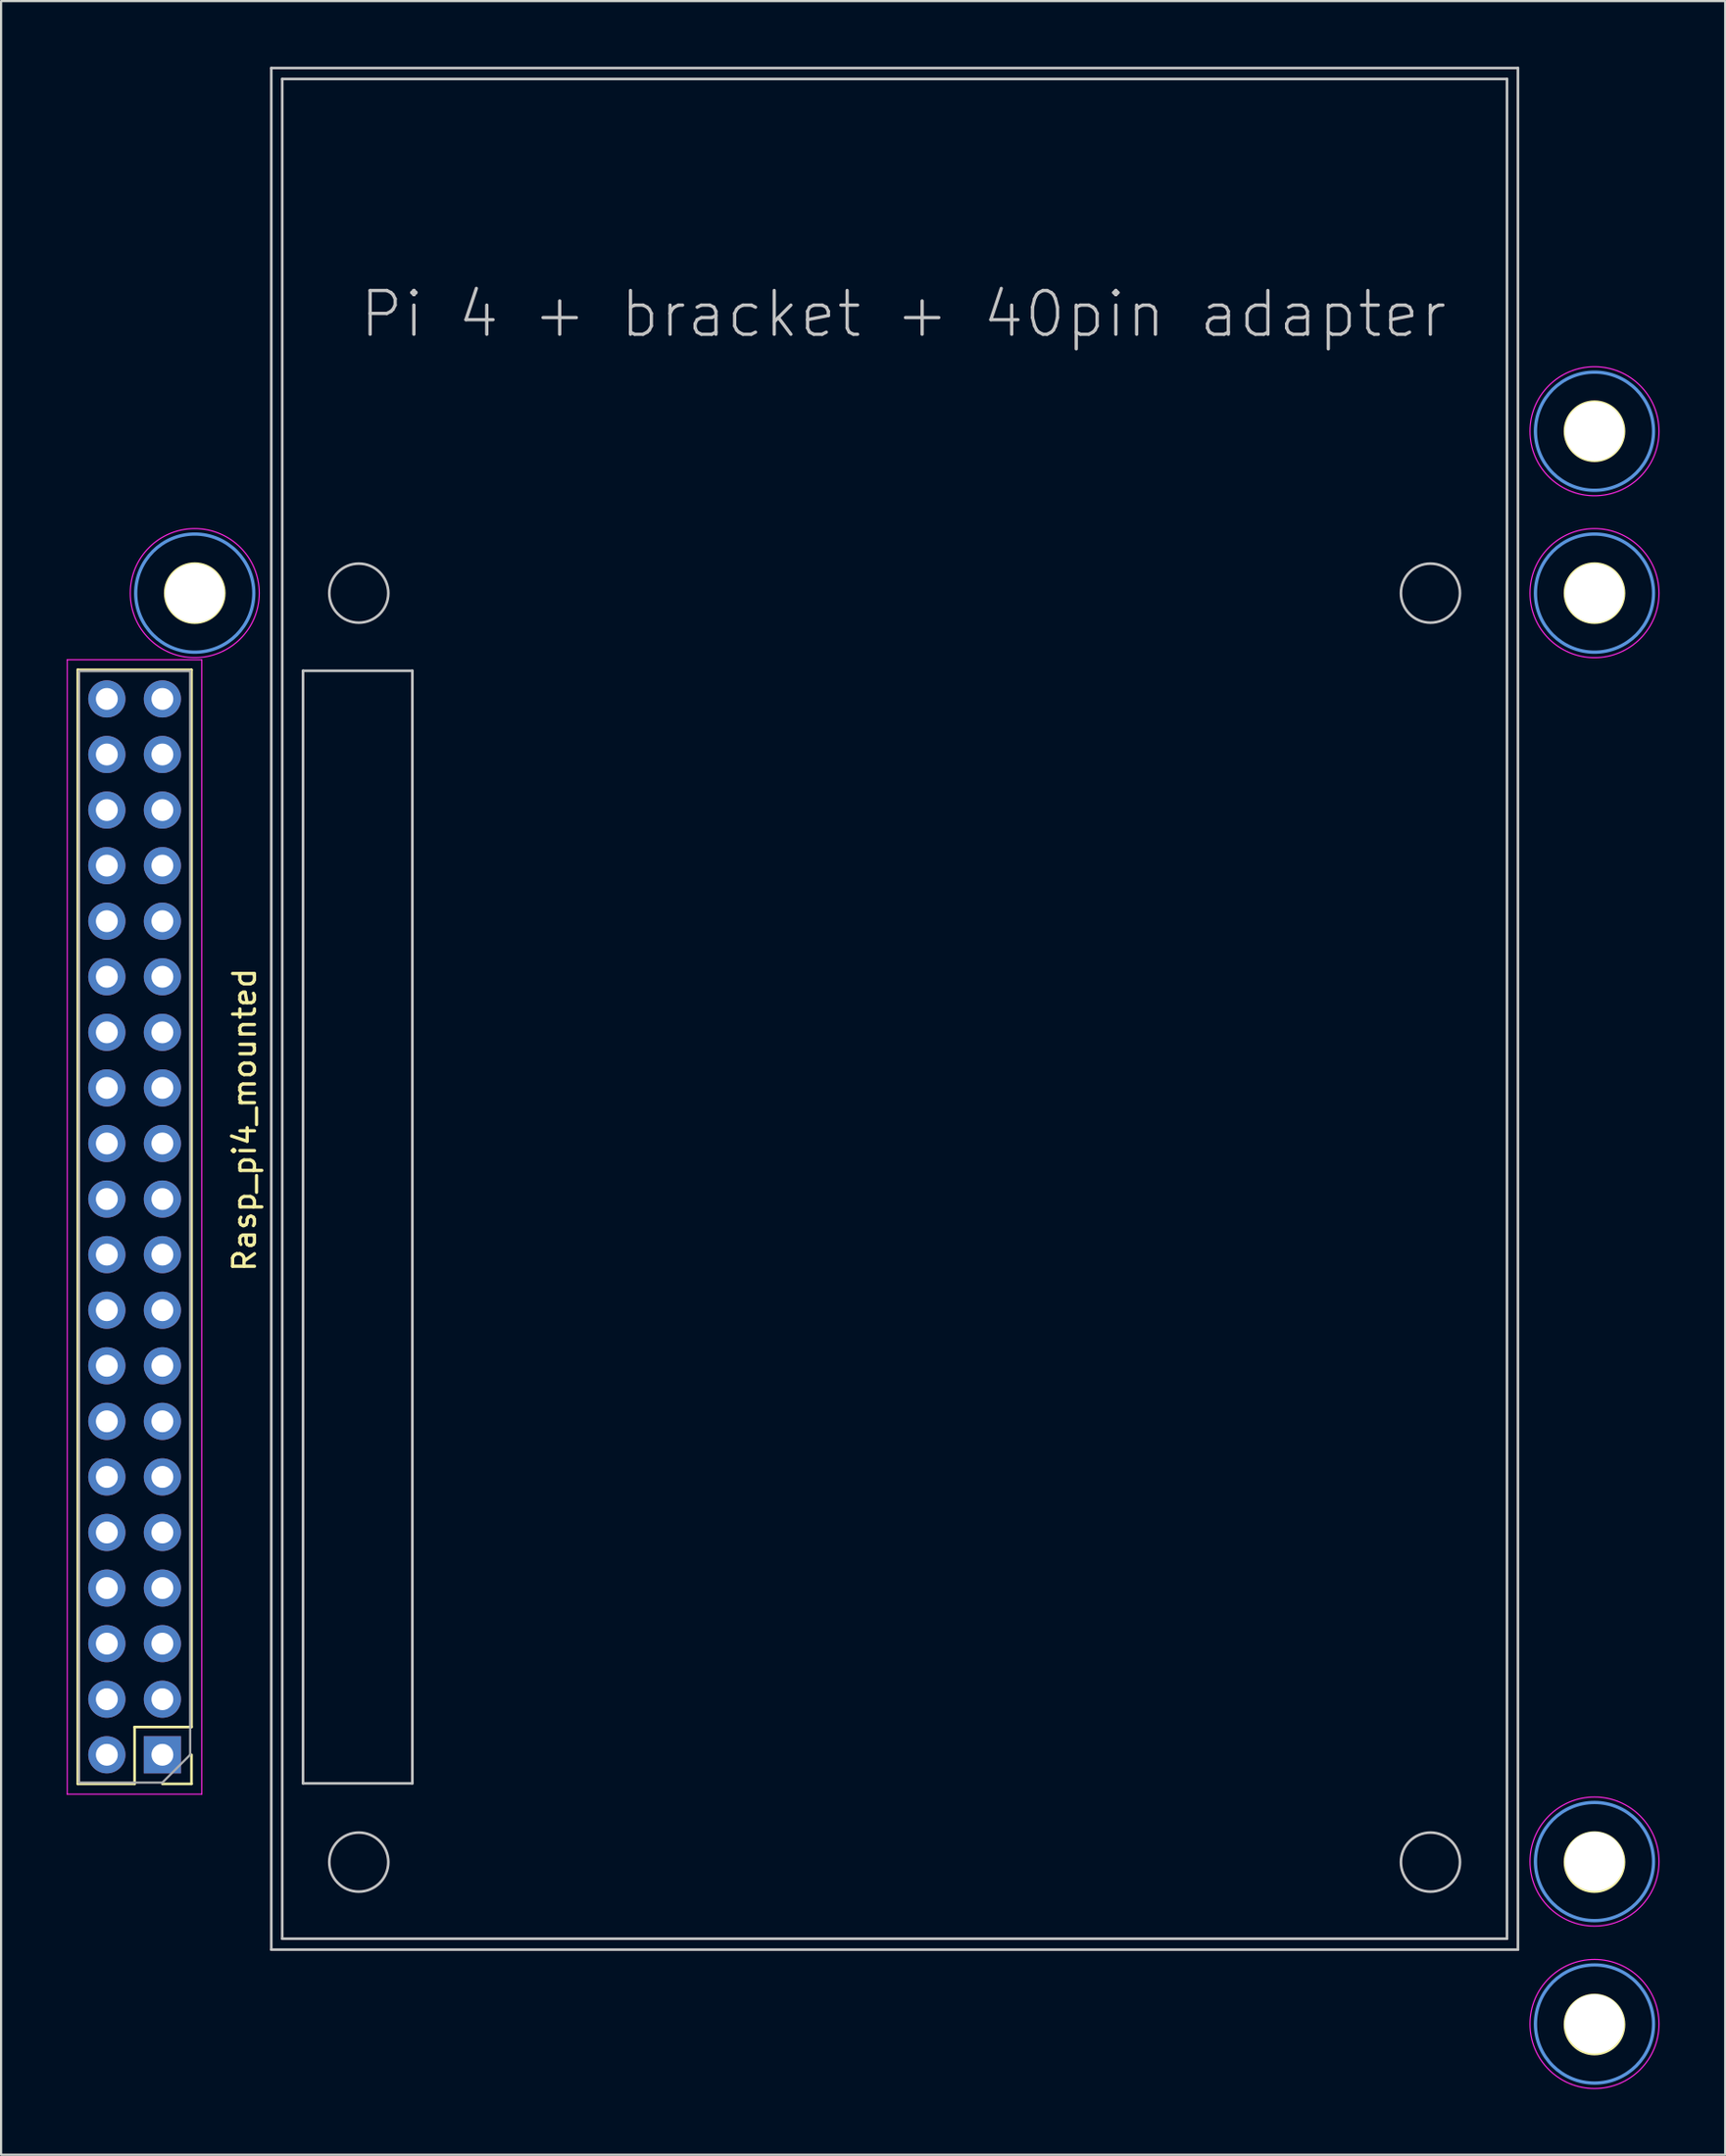
<source format=kicad_pcb>
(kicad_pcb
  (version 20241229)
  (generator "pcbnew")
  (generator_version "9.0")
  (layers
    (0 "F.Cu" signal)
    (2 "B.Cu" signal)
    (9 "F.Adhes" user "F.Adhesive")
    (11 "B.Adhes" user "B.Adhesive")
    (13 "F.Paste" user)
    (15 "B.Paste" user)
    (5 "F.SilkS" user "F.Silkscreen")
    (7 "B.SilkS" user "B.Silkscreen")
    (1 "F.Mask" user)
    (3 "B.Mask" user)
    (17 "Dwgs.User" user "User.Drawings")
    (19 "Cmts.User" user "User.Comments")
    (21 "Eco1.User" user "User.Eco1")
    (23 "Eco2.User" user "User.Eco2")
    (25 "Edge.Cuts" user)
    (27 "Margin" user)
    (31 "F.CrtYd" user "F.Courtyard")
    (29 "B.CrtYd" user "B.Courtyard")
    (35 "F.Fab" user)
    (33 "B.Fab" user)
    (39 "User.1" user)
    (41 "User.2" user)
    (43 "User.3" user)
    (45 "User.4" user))
  (footprint "Rasp_pi4_mounted"
    (layer "F.Cu")
    (at 9.855 0.56)
    (property "Reference" "Rasp_pi4_mounted" (at -1.725 47.575 90) (layer "F.SilkS") (effects (font (size 1 1) (thickness 0.15))))
    (attr through_hole)
    (fp_line (start -9.35 77.925) (end -9.35 27.005) (stroke (width 0.12) (type solid)) (layer "F.SilkS"))
    (fp_line (start -6.75 75.325) (end -6.75 77.925) (stroke (width 0.12) (type solid)) (layer "F.SilkS"))
    (fp_line (start -6.75 77.925) (end -9.35 77.925) (stroke (width 0.12) (type solid)) (layer "F.SilkS"))
    (fp_line (start -4.15 27.005) (end -9.35 27.005) (stroke (width 0.12) (type solid)) (layer "F.SilkS"))
    (fp_line (start -4.15 75.325) (end -6.75 75.325) (stroke (width 0.12) (type solid)) (layer "F.SilkS"))
    (fp_line (start -4.15 75.325) (end -4.15 27.005) (stroke (width 0.12) (type solid)) (layer "F.SilkS"))
    (fp_line (start -4.15 76.595) (end -4.15 77.925) (stroke (width 0.12) (type solid)) (layer "F.SilkS"))
    (fp_line (start -4.15 77.925) (end -5.48 77.925) (stroke (width 0.12) (type solid)) (layer "F.SilkS"))
    (fp_circle (center -4 23.5) (end -2.65 23.5) (stroke (width 0.12) (type solid)) (fill no) (layer "F.SilkS"))
    (fp_circle (center 60 16.1) (end 61.35 16.1) (stroke (width 0.12) (type solid)) (fill no) (layer "F.SilkS"))
    (fp_circle (center 60 23.5) (end 61.35 23.5) (stroke (width 0.12) (type solid)) (fill no) (layer "F.SilkS"))
    (fp_circle (center 60 81.5) (end 61.35 81.5) (stroke (width 0.12) (type solid)) (fill no) (layer "F.SilkS"))
    (fp_circle (center 60 88.925) (end 61.35 88.925) (stroke (width 0.12) (type solid)) (fill no) (layer "F.SilkS"))
    (fp_line (start -0.5 -0.5) (end 56.5 -0.5) (stroke (width 0.12) (type solid)) (layer "Dwgs.User"))
    (fp_line (start -0.5 85.5) (end -0.5 -0.5) (stroke (width 0.12) (type solid)) (layer "Dwgs.User"))
    (fp_line (start 0 0) (end 0 85) (stroke (width 0.12) (type solid)) (layer "Dwgs.User"))
    (fp_line (start 0 85) (end 56 85) (stroke (width 0.12) (type solid)) (layer "Dwgs.User"))
    (fp_line (start 0.95 27.05) (end 0.95 77.9) (stroke (width 0.12) (type solid)) (layer "Dwgs.User"))
    (fp_line (start 0.95 77.9) (end 5.95 77.9) (stroke (width 0.12) (type solid)) (layer "Dwgs.User"))
    (fp_line (start 5.95 27.05) (end 0.95 27.05) (stroke (width 0.12) (type solid)) (layer "Dwgs.User"))
    (fp_line (start 5.95 77.9) (end 5.95 27.05) (stroke (width 0.12) (type solid)) (layer "Dwgs.User"))
    (fp_line (start 56 0) (end 0 0) (stroke (width 0.12) (type solid)) (layer "Dwgs.User"))
    (fp_line (start 56 85) (end 56 0) (stroke (width 0.12) (type solid)) (layer "Dwgs.User"))
    (fp_line (start 56.5 -0.5) (end 56.5 85.5) (stroke (width 0.12) (type solid)) (layer "Dwgs.User"))
    (fp_line (start 56.5 85.5) (end -0.5 85.5) (stroke (width 0.12) (type solid)) (layer "Dwgs.User"))
    (fp_circle (center 3.5 23.5) (end 4.85 23.5) (stroke (width 0.12) (type solid)) (fill no) (layer "Dwgs.User"))
    (fp_circle (center 3.5 81.5) (end 4.85 81.5) (stroke (width 0.12) (type solid)) (fill no) (layer "Dwgs.User"))
    (fp_circle (center 52.5 23.5) (end 53.85 23.5) (stroke (width 0.12) (type solid)) (fill no) (layer "Dwgs.User"))
    (fp_circle (center 52.5 81.5) (end 53.85 81.5) (stroke (width 0.12) (type solid)) (fill no) (layer "Dwgs.User"))
    (fp_circle (center -4 23.5) (end -1.3 23.5) (stroke (width 0.15) (type solid)) (fill no) (layer "Cmts.User"))
    (fp_circle (center 60 16.1) (end 62.7 16.1) (stroke (width 0.15) (type solid)) (fill no) (layer "Cmts.User"))
    (fp_circle (center 60 23.5) (end 62.7 23.5) (stroke (width 0.15) (type solid)) (fill no) (layer "Cmts.User"))
    (fp_circle (center 60 81.475) (end 62.7 81.475) (stroke (width 0.15) (type solid)) (fill no) (layer "Cmts.User"))
    (fp_circle (center 60 88.9) (end 62.7 88.9) (stroke (width 0.15) (type solid)) (fill no) (layer "Cmts.User"))
    (fp_line (start -9.83 26.545) (end -9.83 78.395) (stroke (width 0.05) (type solid)) (layer "F.CrtYd"))
    (fp_line (start -9.83 78.395) (end -3.68 78.395) (stroke (width 0.05) (type solid)) (layer "F.CrtYd"))
    (fp_line (start -3.68 26.545) (end -9.83 26.545) (stroke (width 0.05) (type solid)) (layer "F.CrtYd"))
    (fp_line (start -3.68 78.395) (end -3.68 26.545) (stroke (width 0.05) (type solid)) (layer "F.CrtYd"))
    (fp_circle (center -4 23.5) (end -1.05 23.5) (stroke (width 0.05) (type solid)) (fill no) (layer "F.CrtYd"))
    (fp_circle (center 60 16.1) (end 62.95 16.1) (stroke (width 0.05) (type solid)) (fill no) (layer "F.CrtYd"))
    (fp_circle (center 60 23.5) (end 62.95 23.5) (stroke (width 0.05) (type solid)) (fill no) (layer "F.CrtYd"))
    (fp_circle (center 60 81.475) (end 62.95 81.475) (stroke (width 0.05) (type solid)) (fill no) (layer "F.CrtYd"))
    (fp_circle (center 60 88.9) (end 62.95 88.9) (stroke (width 0.05) (type solid)) (fill no) (layer "F.CrtYd"))
    (fp_line (start -9.29 27.065) (end -4.21 27.065) (stroke (width 0.1) (type solid)) (layer "F.Fab"))
    (fp_line (start -9.29 77.865) (end -9.29 27.065) (stroke (width 0.1) (type solid)) (layer "F.Fab"))
    (fp_line (start -5.48 77.865) (end -9.29 77.865) (stroke (width 0.1) (type solid)) (layer "F.Fab"))
    (fp_line (start -4.21 27.065) (end -4.21 76.595) (stroke (width 0.1) (type solid)) (layer "F.Fab"))
    (fp_line (start -4.21 76.595) (end -5.48 77.865) (stroke (width 0.1) (type solid)) (layer "F.Fab"))
    (fp_text user "Pi 4 + bracket + 40pin adapter" (at 28.4 10.75 180) (layer "Dwgs.User") (effects (font (size 2 2) (thickness 0.15))))
    (pad "" np_thru_hole circle (at -4 23.5) (size 2.7 2.7) (drill 2.7) (layers "*.Cu" "*.Mask"))
    (pad "" np_thru_hole circle (at 60 16.1) (size 2.7 2.7) (drill 2.7) (layers "*.Cu" "*.Mask"))
    (pad "" np_thru_hole circle (at 60 23.5) (size 2.7 2.7) (drill 2.7) (layers "*.Cu" "*.Mask"))
    (pad "" np_thru_hole circle (at 60 81.475) (size 2.7 2.7) (drill 2.7) (layers "*.Cu" "*.Mask"))
    (pad "" np_thru_hole circle (at 60 88.9) (size 2.7 2.7) (drill 2.7) (layers "*.Cu" "*.Mask"))
    (pad "1" thru_hole rect (at -5.48 76.595 180) (size 1.7 1.7) (drill 1) (layers "*.Cu" "*.Mask"))
    (pad "2" thru_hole oval (at -8.02 76.595 180) (size 1.7 1.7) (drill 1) (layers "*.Cu" "*.Mask"))
    (pad "3" thru_hole oval (at -5.48 74.055 180) (size 1.7 1.7) (drill 1) (layers "*.Cu" "*.Mask"))
    (pad "4" thru_hole oval (at -8.02 74.055 180) (size 1.7 1.7) (drill 1) (layers "*.Cu" "*.Mask"))
    (pad "5" thru_hole oval (at -5.48 71.515 180) (size 1.7 1.7) (drill 1) (layers "*.Cu" "*.Mask"))
    (pad "6" thru_hole oval (at -8.02 71.515 180) (size 1.7 1.7) (drill 1) (layers "*.Cu" "*.Mask"))
    (pad "7" thru_hole oval (at -5.48 68.975 180) (size 1.7 1.7) (drill 1) (layers "*.Cu" "*.Mask"))
    (pad "8" thru_hole oval (at -8.02 68.975 180) (size 1.7 1.7) (drill 1) (layers "*.Cu" "*.Mask"))
    (pad "9" thru_hole oval (at -5.48 66.435 180) (size 1.7 1.7) (drill 1) (layers "*.Cu" "*.Mask"))
    (pad "10" thru_hole oval (at -8.02 66.435 180) (size 1.7 1.7) (drill 1) (layers "*.Cu" "*.Mask"))
    (pad "11" thru_hole oval (at -5.48 63.895 180) (size 1.7 1.7) (drill 1) (layers "*.Cu" "*.Mask"))
    (pad "12" thru_hole oval (at -8.02 63.895 180) (size 1.7 1.7) (drill 1) (layers "*.Cu" "*.Mask"))
    (pad "13" thru_hole oval (at -5.48 61.355 180) (size 1.7 1.7) (drill 1) (layers "*.Cu" "*.Mask"))
    (pad "14" thru_hole oval (at -8.02 61.355 180) (size 1.7 1.7) (drill 1) (layers "*.Cu" "*.Mask"))
    (pad "15" thru_hole oval (at -5.48 58.815 180) (size 1.7 1.7) (drill 1) (layers "*.Cu" "*.Mask"))
    (pad "16" thru_hole oval (at -8.02 58.815 180) (size 1.7 1.7) (drill 1) (layers "*.Cu" "*.Mask"))
    (pad "17" thru_hole oval (at -5.48 56.275 180) (size 1.7 1.7) (drill 1) (layers "*.Cu" "*.Mask"))
    (pad "18" thru_hole oval (at -8.02 56.275 180) (size 1.7 1.7) (drill 1) (layers "*.Cu" "*.Mask"))
    (pad "19" thru_hole oval (at -5.48 53.735 180) (size 1.7 1.7) (drill 1) (layers "*.Cu" "*.Mask"))
    (pad "20" thru_hole oval (at -8.02 53.735 180) (size 1.7 1.7) (drill 1) (layers "*.Cu" "*.Mask"))
    (pad "21" thru_hole oval (at -5.48 51.195 180) (size 1.7 1.7) (drill 1) (layers "*.Cu" "*.Mask"))
    (pad "22" thru_hole oval (at -8.02 51.195 180) (size 1.7 1.7) (drill 1) (layers "*.Cu" "*.Mask"))
    (pad "23" thru_hole oval (at -5.48 48.655 180) (size 1.7 1.7) (drill 1) (layers "*.Cu" "*.Mask"))
    (pad "24" thru_hole oval (at -8.02 48.655 180) (size 1.7 1.7) (drill 1) (layers "*.Cu" "*.Mask"))
    (pad "25" thru_hole oval (at -5.48 46.115 180) (size 1.7 1.7) (drill 1) (layers "*.Cu" "*.Mask"))
    (pad "26" thru_hole oval (at -8.02 46.115 180) (size 1.7 1.7) (drill 1) (layers "*.Cu" "*.Mask"))
    (pad "27" thru_hole oval (at -5.48 43.575 180) (size 1.7 1.7) (drill 1) (layers "*.Cu" "*.Mask"))
    (pad "28" thru_hole oval (at -8.02 43.575 180) (size 1.7 1.7) (drill 1) (layers "*.Cu" "*.Mask"))
    (pad "29" thru_hole oval (at -5.48 41.035 180) (size 1.7 1.7) (drill 1) (layers "*.Cu" "*.Mask"))
    (pad "30" thru_hole oval (at -8.02 41.035 180) (size 1.7 1.7) (drill 1) (layers "*.Cu" "*.Mask"))
    (pad "31" thru_hole oval (at -5.48 38.495 180) (size 1.7 1.7) (drill 1) (layers "*.Cu" "*.Mask"))
    (pad "32" thru_hole oval (at -8.02 38.495 180) (size 1.7 1.7) (drill 1) (layers "*.Cu" "*.Mask"))
    (pad "33" thru_hole oval (at -5.48 35.955 180) (size 1.7 1.7) (drill 1) (layers "*.Cu" "*.Mask"))
    (pad "34" thru_hole oval (at -8.02 35.955 180) (size 1.7 1.7) (drill 1) (layers "*.Cu" "*.Mask"))
    (pad "35" thru_hole oval (at -5.48 33.415 180) (size 1.7 1.7) (drill 1) (layers "*.Cu" "*.Mask"))
    (pad "36" thru_hole oval (at -8.02 33.415 180) (size 1.7 1.7) (drill 1) (layers "*.Cu" "*.Mask"))
    (pad "37" thru_hole oval (at -5.48 30.875 180) (size 1.7 1.7) (drill 1) (layers "*.Cu" "*.Mask"))
    (pad "38" thru_hole oval (at -8.02 30.875 180) (size 1.7 1.7) (drill 1) (layers "*.Cu" "*.Mask"))
    (pad "39" thru_hole oval (at -5.48 28.335 180) (size 1.7 1.7) (drill 1) (layers "*.Cu" "*.Mask"))
    (pad "40" thru_hole oval (at -8.02 28.335 180) (size 1.7 1.7) (drill 1) (layers "*.Cu" "*.Mask")))
  (gr_rect
    (start -3 -3)
    (end 75.83 95.435)
    (stroke (width 0.1) (type default))
    (fill no)
    (layer "Edge.Cuts")))
</source>
